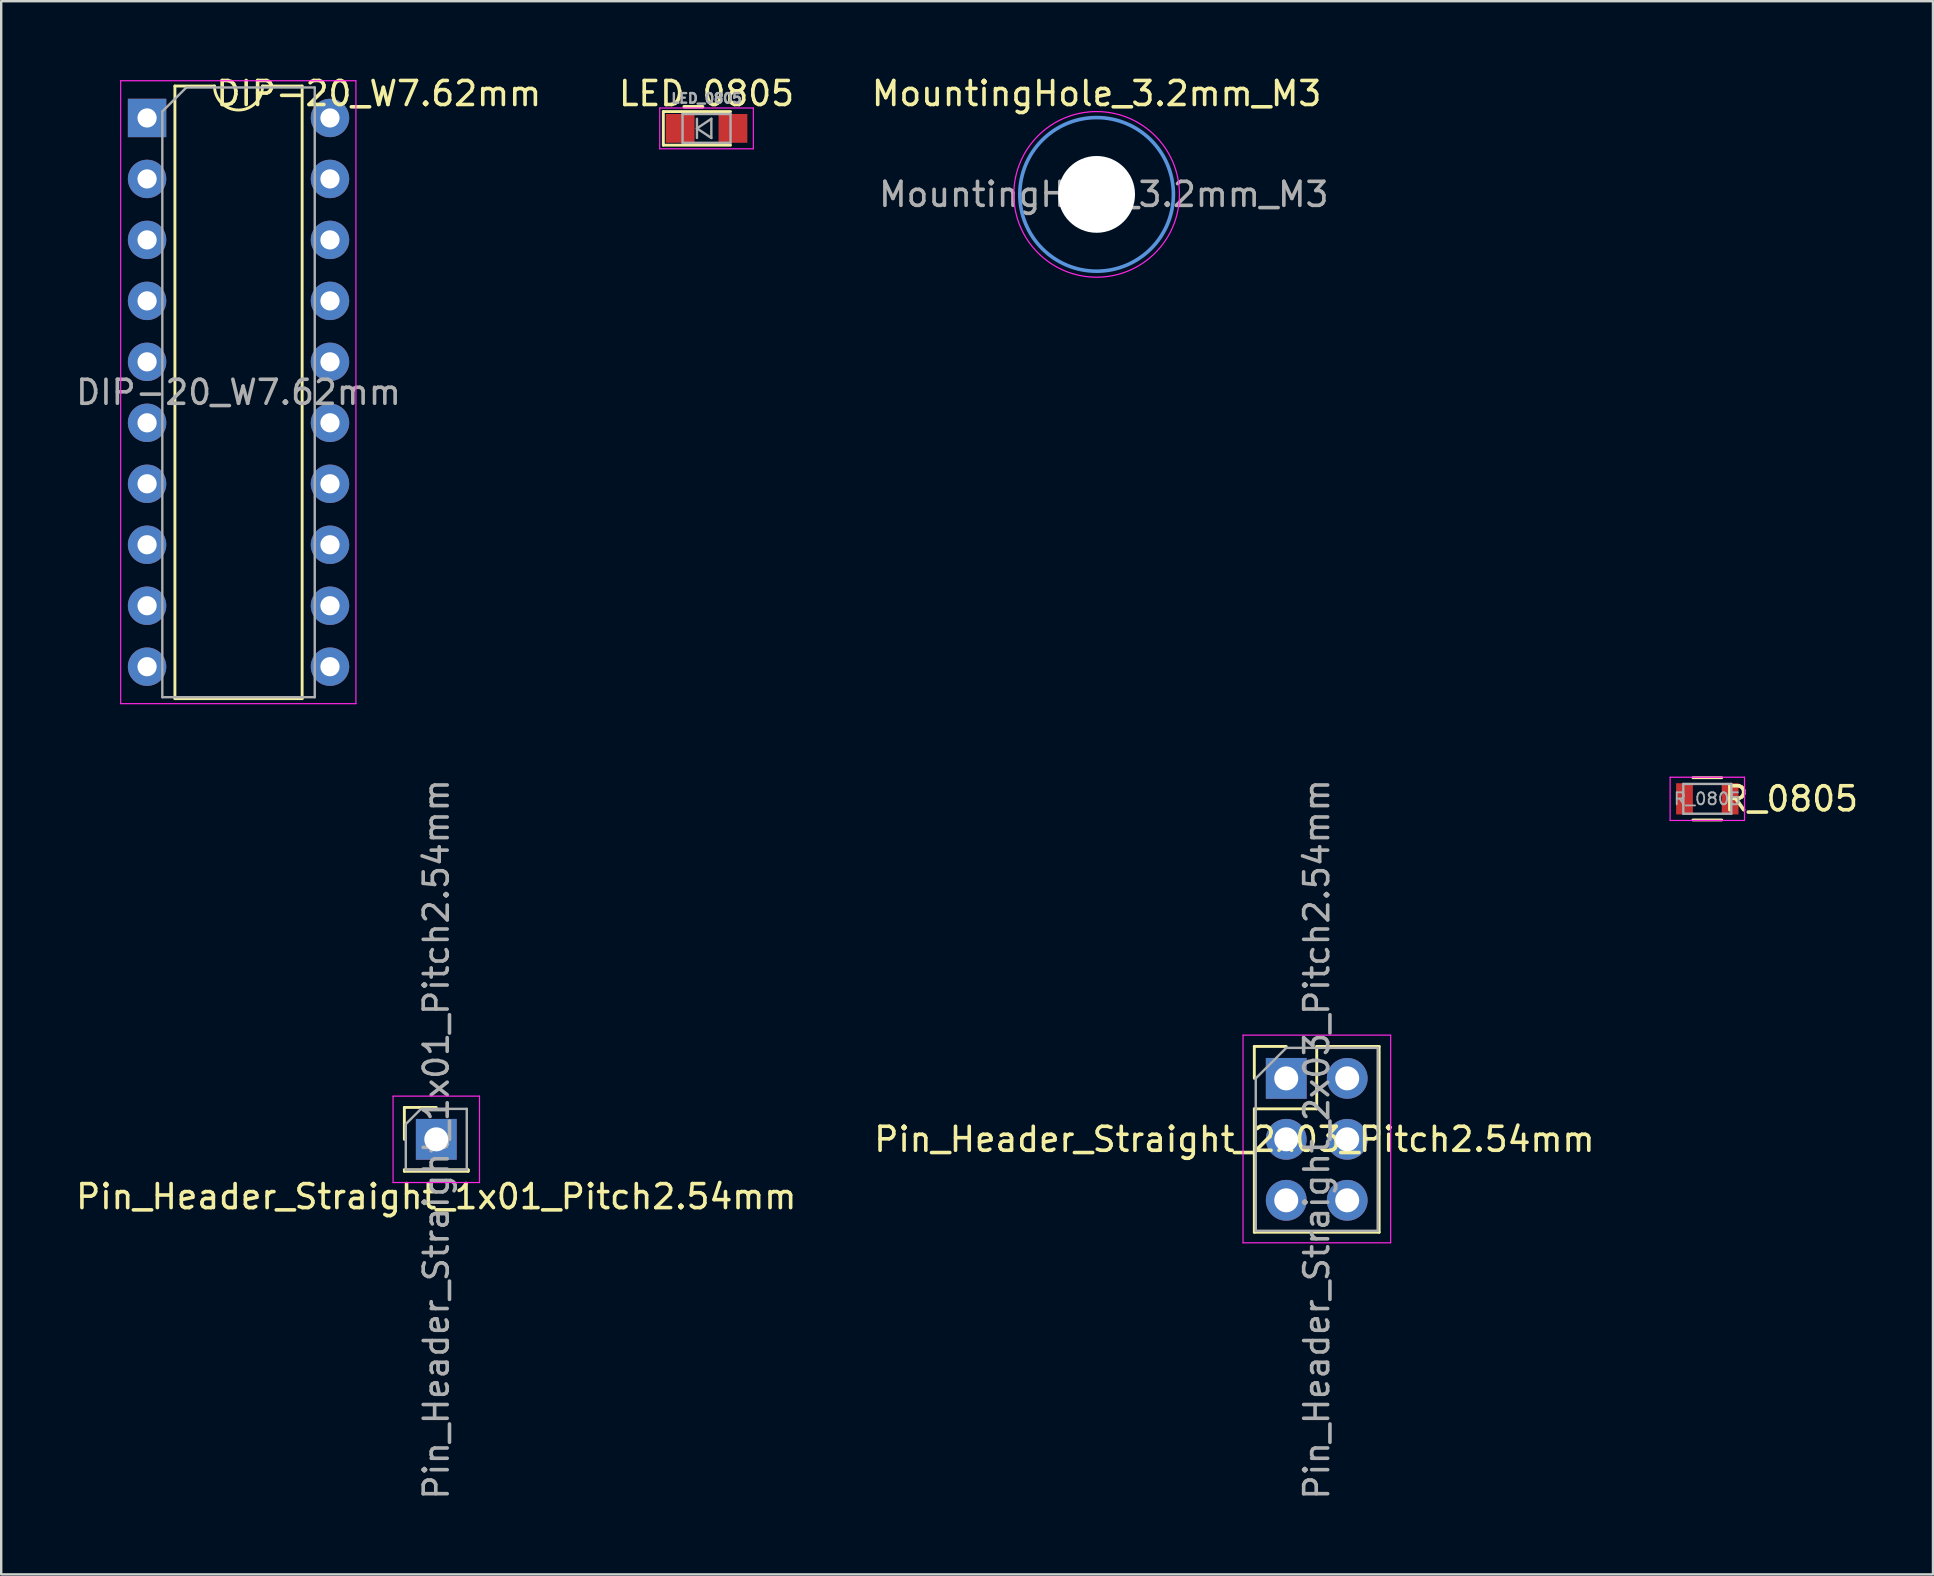
<source format=kicad_pcb>
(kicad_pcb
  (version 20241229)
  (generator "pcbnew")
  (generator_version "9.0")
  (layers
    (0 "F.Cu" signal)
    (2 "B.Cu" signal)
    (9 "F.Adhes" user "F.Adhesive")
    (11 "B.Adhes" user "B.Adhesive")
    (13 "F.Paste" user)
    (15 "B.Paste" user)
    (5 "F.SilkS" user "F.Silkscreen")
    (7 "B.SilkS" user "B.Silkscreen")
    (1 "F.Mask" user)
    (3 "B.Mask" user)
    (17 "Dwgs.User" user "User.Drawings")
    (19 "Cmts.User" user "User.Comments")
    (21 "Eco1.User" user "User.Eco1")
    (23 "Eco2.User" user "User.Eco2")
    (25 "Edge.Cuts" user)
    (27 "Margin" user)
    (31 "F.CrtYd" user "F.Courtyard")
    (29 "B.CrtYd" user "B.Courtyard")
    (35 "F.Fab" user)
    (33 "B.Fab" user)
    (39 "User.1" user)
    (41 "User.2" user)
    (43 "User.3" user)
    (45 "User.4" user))
  (footprint "Pin_Header_Straight_1x01_Pitch2.54mm"
    (layer "F.Cu")
    (at 15.125 44.414)
    (property "Reference" "Pin_Header_Straight_1x01_Pitch2.54mm" (at 0 2.388 0) (layer "F.SilkS") (effects (font (size 1 1) (thickness 0.15))))
    (attr through_hole)
    (fp_line (start -1.33 -1.33) (end 0 -1.33) (stroke (width 0.12) (type solid)) (layer "F.SilkS"))
    (fp_line (start -1.33 0) (end -1.33 -1.33) (stroke (width 0.12) (type solid)) (layer "F.SilkS"))
    (fp_line (start -1.33 1.27) (end -1.33 1.33) (stroke (width 0.12) (type solid)) (layer "F.SilkS"))
    (fp_line (start -1.33 1.27) (end 1.33 1.27) (stroke (width 0.12) (type solid)) (layer "F.SilkS"))
    (fp_line (start -1.33 1.33) (end 1.33 1.33) (stroke (width 0.12) (type solid)) (layer "F.SilkS"))
    (fp_line (start 1.33 1.27) (end 1.33 1.33) (stroke (width 0.12) (type solid)) (layer "F.SilkS"))
    (fp_line (start -1.8 -1.8) (end -1.8 1.8) (stroke (width 0.05) (type solid)) (layer "F.CrtYd"))
    (fp_line (start -1.8 1.8) (end 1.8 1.8) (stroke (width 0.05) (type solid)) (layer "F.CrtYd"))
    (fp_line (start 1.8 -1.8) (end -1.8 -1.8) (stroke (width 0.05) (type solid)) (layer "F.CrtYd"))
    (fp_line (start 1.8 1.8) (end 1.8 -1.8) (stroke (width 0.05) (type solid)) (layer "F.CrtYd"))
    (fp_line (start -1.27 -0.635) (end -0.635 -1.27) (stroke (width 0.1) (type solid)) (layer "F.Fab"))
    (fp_line (start -1.27 1.27) (end -1.27 -0.635) (stroke (width 0.1) (type solid)) (layer "F.Fab"))
    (fp_line (start -0.635 -1.27) (end 1.27 -1.27) (stroke (width 0.1) (type solid)) (layer "F.Fab"))
    (fp_line (start 1.27 -1.27) (end 1.27 1.27) (stroke (width 0.1) (type solid)) (layer "F.Fab"))
    (fp_line (start 1.27 1.27) (end -1.27 1.27) (stroke (width 0.1) (type solid)) (layer "F.Fab"))
    (fp_text user "${REFERENCE}" (at 0 0 90) (layer "F.Fab") (effects (font (size 1 1) (thickness 0.15))))
    (pad "1" thru_hole rect (at 0 0) (size 1.7 1.7) (drill 1) (layers "*.Cu" "*.Mask")))
  (footprint "DIP-20_W7.62mm"
    (layer "F.Cu")
    (at 3.077 1.864)
    (property "Reference" "DIP-20_W7.62mm" (at 9.652 -1.016 0) (layer "F.SilkS") (effects (font (size 1 1) (thickness 0.15))))
    (attr through_hole)
    (fp_line (start 1.16 -1.33) (end 1.16 24.19) (stroke (width 0.12) (type solid)) (layer "F.SilkS"))
    (fp_line (start 1.16 24.19) (end 6.46 24.19) (stroke (width 0.12) (type solid)) (layer "F.SilkS"))
    (fp_line (start 2.81 -1.33) (end 1.16 -1.33) (stroke (width 0.12) (type solid)) (layer "F.SilkS"))
    (fp_line (start 6.46 -1.33) (end 4.81 -1.33) (stroke (width 0.12) (type solid)) (layer "F.SilkS"))
    (fp_line (start 6.46 24.19) (end 6.46 -1.33) (stroke (width 0.12) (type solid)) (layer "F.SilkS"))
    (fp_arc (start 4.81 -1.33) (mid 3.81 -0.33) (end 2.81 -1.33) (stroke (width 0.12) (type solid)) (layer "F.SilkS"))
    (fp_line (start -1.1 -1.55) (end -1.1 24.4) (stroke (width 0.05) (type solid)) (layer "F.CrtYd"))
    (fp_line (start -1.1 24.4) (end 8.7 24.4) (stroke (width 0.05) (type solid)) (layer "F.CrtYd"))
    (fp_line (start 8.7 -1.55) (end -1.1 -1.55) (stroke (width 0.05) (type solid)) (layer "F.CrtYd"))
    (fp_line (start 8.7 24.4) (end 8.7 -1.55) (stroke (width 0.05) (type solid)) (layer "F.CrtYd"))
    (fp_line (start 0.635 -0.27) (end 1.635 -1.27) (stroke (width 0.1) (type solid)) (layer "F.Fab"))
    (fp_line (start 0.635 24.13) (end 0.635 -0.27) (stroke (width 0.1) (type solid)) (layer "F.Fab"))
    (fp_line (start 1.635 -1.27) (end 6.985 -1.27) (stroke (width 0.1) (type solid)) (layer "F.Fab"))
    (fp_line (start 6.985 -1.27) (end 6.985 24.13) (stroke (width 0.1) (type solid)) (layer "F.Fab"))
    (fp_line (start 6.985 24.13) (end 0.635 24.13) (stroke (width 0.1) (type solid)) (layer "F.Fab"))
    (fp_text user "${REFERENCE}" (at 3.81 11.43 0) (layer "F.Fab") (effects (font (size 1 1) (thickness 0.15))))
    (pad "1" thru_hole rect (at 0 0) (size 1.6 1.6) (drill 0.8) (layers "*.Cu" "*.Mask"))
    (pad "2" thru_hole oval (at 0 2.54) (size 1.6 1.6) (drill 0.8) (layers "*.Cu" "*.Mask"))
    (pad "3" thru_hole oval (at 0 5.08) (size 1.6 1.6) (drill 0.8) (layers "*.Cu" "*.Mask"))
    (pad "4" thru_hole oval (at 0 7.62) (size 1.6 1.6) (drill 0.8) (layers "*.Cu" "*.Mask"))
    (pad "5" thru_hole oval (at 0 10.16) (size 1.6 1.6) (drill 0.8) (layers "*.Cu" "*.Mask"))
    (pad "6" thru_hole oval (at 0 12.7) (size 1.6 1.6) (drill 0.8) (layers "*.Cu" "*.Mask"))
    (pad "7" thru_hole oval (at 0 15.24) (size 1.6 1.6) (drill 0.8) (layers "*.Cu" "*.Mask"))
    (pad "8" thru_hole oval (at 0 17.78) (size 1.6 1.6) (drill 0.8) (layers "*.Cu" "*.Mask"))
    (pad "9" thru_hole oval (at 0 20.32) (size 1.6 1.6) (drill 0.8) (layers "*.Cu" "*.Mask"))
    (pad "10" thru_hole oval (at 0 22.86) (size 1.6 1.6) (drill 0.8) (layers "*.Cu" "*.Mask"))
    (pad "11" thru_hole oval (at 7.62 22.86) (size 1.6 1.6) (drill 0.8) (layers "*.Cu" "*.Mask"))
    (pad "12" thru_hole oval (at 7.62 20.32) (size 1.6 1.6) (drill 0.8) (layers "*.Cu" "*.Mask"))
    (pad "13" thru_hole oval (at 7.62 17.78) (size 1.6 1.6) (drill 0.8) (layers "*.Cu" "*.Mask"))
    (pad "14" thru_hole oval (at 7.62 15.24) (size 1.6 1.6) (drill 0.8) (layers "*.Cu" "*.Mask"))
    (pad "15" thru_hole oval (at 7.62 12.7) (size 1.6 1.6) (drill 0.8) (layers "*.Cu" "*.Mask"))
    (pad "16" thru_hole oval (at 7.62 10.16) (size 1.6 1.6) (drill 0.8) (layers "*.Cu" "*.Mask"))
    (pad "17" thru_hole oval (at 7.62 7.62) (size 1.6 1.6) (drill 0.8) (layers "*.Cu" "*.Mask"))
    (pad "18" thru_hole oval (at 7.62 5.08) (size 1.6 1.6) (drill 0.8) (layers "*.Cu" "*.Mask"))
    (pad "19" thru_hole oval (at 7.62 2.54) (size 1.6 1.6) (drill 0.8) (layers "*.Cu" "*.Mask"))
    (pad "20" thru_hole oval (at 7.62 0) (size 1.6 1.6) (drill 0.8) (layers "*.Cu" "*.Mask")))
  (footprint "MountingHole_3.2mm_M3"
    (layer "F.Cu")
    (at 42.634 5.048)
    (property "Reference" "MountingHole_3.2mm_M3" (at 0 -4.2 0) (layer "F.SilkS") (effects (font (size 1 1) (thickness 0.15))))
    (attr exclude_from_pos_files exclude_from_bom)
    (fp_circle (center 0 0) (end 3.2 0) (stroke (width 0.15) (type solid)) (fill no) (layer "Cmts.User"))
    (fp_circle (center 0 0) (end 3.45 0) (stroke (width 0.05) (type solid)) (fill no) (layer "F.CrtYd"))
    (fp_text user "${REFERENCE}" (at 0.3 0 0) (layer "F.Fab") (effects (font (size 1 1) (thickness 0.15))))
    (pad "" np_thru_hole circle (at 0 0) (size 3.2 3.2) (drill 3.2) (layers "*.Cu" "*.Mask")))
  (footprint "LED_0805"
    (layer "F.Cu")
    (at 26.384 2.298)
    (property "Reference" "LED_0805" (at 0 -1.45 0) (layer "F.SilkS") (effects (font (size 1 1) (thickness 0.15))))
    (attr smd)
    (fp_line (start -1.8 -0.7) (end -1.8 0.7) (stroke (width 0.12) (type solid)) (layer "F.SilkS"))
    (fp_line (start -1.8 -0.7) (end 1 -0.7) (stroke (width 0.12) (type solid)) (layer "F.SilkS"))
    (fp_line (start -1.8 0.7) (end 1 0.7) (stroke (width 0.12) (type solid)) (layer "F.SilkS"))
    (fp_line (start -1.95 -0.85) (end 1.95 -0.85) (stroke (width 0.05) (type solid)) (layer "F.CrtYd"))
    (fp_line (start -1.95 0.85) (end -1.95 -0.85) (stroke (width 0.05) (type solid)) (layer "F.CrtYd"))
    (fp_line (start 1.95 -0.85) (end 1.95 0.85) (stroke (width 0.05) (type solid)) (layer "F.CrtYd"))
    (fp_line (start 1.95 0.85) (end -1.95 0.85) (stroke (width 0.05) (type solid)) (layer "F.CrtYd"))
    (fp_line (start -1 -0.6) (end 1 -0.6) (stroke (width 0.1) (type solid)) (layer "F.Fab"))
    (fp_line (start -1 0.6) (end -1 -0.6) (stroke (width 0.1) (type solid)) (layer "F.Fab"))
    (fp_line (start -0.4 -0.4) (end -0.4 0.4) (stroke (width 0.1) (type solid)) (layer "F.Fab"))
    (fp_line (start -0.4 0) (end 0.2 -0.4) (stroke (width 0.1) (type solid)) (layer "F.Fab"))
    (fp_line (start 0.2 -0.4) (end 0.2 0.4) (stroke (width 0.1) (type solid)) (layer "F.Fab"))
    (fp_line (start 0.2 0.4) (end -0.4 0) (stroke (width 0.1) (type solid)) (layer "F.Fab"))
    (fp_line (start 1 -0.6) (end 1 0.6) (stroke (width 0.1) (type solid)) (layer "F.Fab"))
    (fp_line (start 1 0.6) (end -1 0.6) (stroke (width 0.1) (type solid)) (layer "F.Fab"))
    (fp_text user "${REFERENCE}" (at 0 -1.25 0) (layer "F.Fab") (effects (font (size 0.4 0.4) (thickness 0.1))))
    (pad "1" smd rect (at -1.1 0 180) (size 1.2 1.2) (layers "F.Cu" "F.Mask" "F.Paste"))
    (pad "2" smd rect (at 1.1 0 180) (size 1.2 1.2) (layers "F.Cu" "F.Mask" "F.Paste")))
  (footprint "R_0805"
    (layer "F.Cu")
    (at 68.075 30.229)
    (property "Reference" "R_0805" (at 3.49 0 0) (layer "F.SilkS") (effects (font (size 1 1) (thickness 0.15))))
    (attr smd)
    (fp_line (start -0.6 -0.88) (end 0.6 -0.88) (stroke (width 0.12) (type solid)) (layer "F.SilkS"))
    (fp_line (start 0.6 0.88) (end -0.6 0.88) (stroke (width 0.12) (type solid)) (layer "F.SilkS"))
    (fp_line (start -1.55 -0.9) (end -1.55 0.9) (stroke (width 0.05) (type solid)) (layer "F.CrtYd"))
    (fp_line (start -1.55 -0.9) (end 1.55 -0.9) (stroke (width 0.05) (type solid)) (layer "F.CrtYd"))
    (fp_line (start 1.55 0.9) (end -1.55 0.9) (stroke (width 0.05) (type solid)) (layer "F.CrtYd"))
    (fp_line (start 1.55 0.9) (end 1.55 -0.9) (stroke (width 0.05) (type solid)) (layer "F.CrtYd"))
    (fp_line (start -1 -0.62) (end 1 -0.62) (stroke (width 0.1) (type solid)) (layer "F.Fab"))
    (fp_line (start -1 0.62) (end -1 -0.62) (stroke (width 0.1) (type solid)) (layer "F.Fab"))
    (fp_line (start 1 -0.62) (end 1 0.62) (stroke (width 0.1) (type solid)) (layer "F.Fab"))
    (fp_line (start 1 0.62) (end -1 0.62) (stroke (width 0.1) (type solid)) (layer "F.Fab"))
    (fp_text user "${REFERENCE}" (at 0 0 0) (layer "F.Fab") (effects (font (size 0.5 0.5) (thickness 0.075))))
    (pad "1" smd rect (at -0.95 0) (size 0.7 1.3) (layers "F.Cu" "F.Mask" "F.Paste"))
    (pad "2" smd rect (at 0.95 0) (size 0.7 1.3) (layers "F.Cu" "F.Mask" "F.Paste")))
  (footprint "Pin_Header_Straight_2x03_Pitch2.54mm"
    (layer "F.Cu")
    (at 50.534 41.874)
    (property "Reference" "Pin_Header_Straight_2x03_Pitch2.54mm" (at -2.159 2.54 0) (layer "F.SilkS") (effects (font (size 1 1) (thickness 0.15))))
    (attr through_hole)
    (fp_line (start -1.33 -1.33) (end 0 -1.33) (stroke (width 0.12) (type solid)) (layer "F.SilkS"))
    (fp_line (start -1.33 0) (end -1.33 -1.33) (stroke (width 0.12) (type solid)) (layer "F.SilkS"))
    (fp_line (start -1.33 1.27) (end -1.33 6.41) (stroke (width 0.12) (type solid)) (layer "F.SilkS"))
    (fp_line (start -1.33 1.27) (end 1.27 1.27) (stroke (width 0.12) (type solid)) (layer "F.SilkS"))
    (fp_line (start -1.33 6.41) (end 3.87 6.41) (stroke (width 0.12) (type solid)) (layer "F.SilkS"))
    (fp_line (start 1.27 -1.33) (end 3.87 -1.33) (stroke (width 0.12) (type solid)) (layer "F.SilkS"))
    (fp_line (start 1.27 1.27) (end 1.27 -1.33) (stroke (width 0.12) (type solid)) (layer "F.SilkS"))
    (fp_line (start 3.87 -1.33) (end 3.87 6.41) (stroke (width 0.12) (type solid)) (layer "F.SilkS"))
    (fp_line (start -1.8 -1.8) (end -1.8 6.85) (stroke (width 0.05) (type solid)) (layer "F.CrtYd"))
    (fp_line (start -1.8 6.85) (end 4.35 6.85) (stroke (width 0.05) (type solid)) (layer "F.CrtYd"))
    (fp_line (start 4.35 -1.8) (end -1.8 -1.8) (stroke (width 0.05) (type solid)) (layer "F.CrtYd"))
    (fp_line (start 4.35 6.85) (end 4.35 -1.8) (stroke (width 0.05) (type solid)) (layer "F.CrtYd"))
    (fp_line (start -1.27 0) (end 0 -1.27) (stroke (width 0.1) (type solid)) (layer "F.Fab"))
    (fp_line (start -1.27 6.35) (end -1.27 0) (stroke (width 0.1) (type solid)) (layer "F.Fab"))
    (fp_line (start 0 -1.27) (end 3.81 -1.27) (stroke (width 0.1) (type solid)) (layer "F.Fab"))
    (fp_line (start 3.81 -1.27) (end 3.81 6.35) (stroke (width 0.1) (type solid)) (layer "F.Fab"))
    (fp_line (start 3.81 6.35) (end -1.27 6.35) (stroke (width 0.1) (type solid)) (layer "F.Fab"))
    (fp_text user "${REFERENCE}" (at 1.27 2.54 90) (layer "F.Fab") (effects (font (size 1 1) (thickness 0.15))))
    (pad "1" thru_hole rect (at 0 0) (size 1.7 1.7) (drill 1) (layers "*.Cu" "*.Mask"))
    (pad "2" thru_hole oval (at 2.54 0) (size 1.7 1.7) (drill 1) (layers "*.Cu" "*.Mask"))
    (pad "3" thru_hole oval (at 0 2.54) (size 1.7 1.7) (drill 1) (layers "*.Cu" "*.Mask"))
    (pad "4" thru_hole oval (at 2.54 2.54) (size 1.7 1.7) (drill 1) (layers "*.Cu" "*.Mask"))
    (pad "5" thru_hole oval (at 0 5.08) (size 1.7 1.7) (drill 1) (layers "*.Cu" "*.Mask"))
    (pad "6" thru_hole oval (at 2.54 5.08) (size 1.7 1.7) (drill 1) (layers "*.Cu" "*.Mask")))
  (gr_rect
    (start -3 -3)
    (end 77.476 62.539)
    (stroke (width 0.1) (type default))
    (fill no)
    (layer "Edge.Cuts")))
</source>
